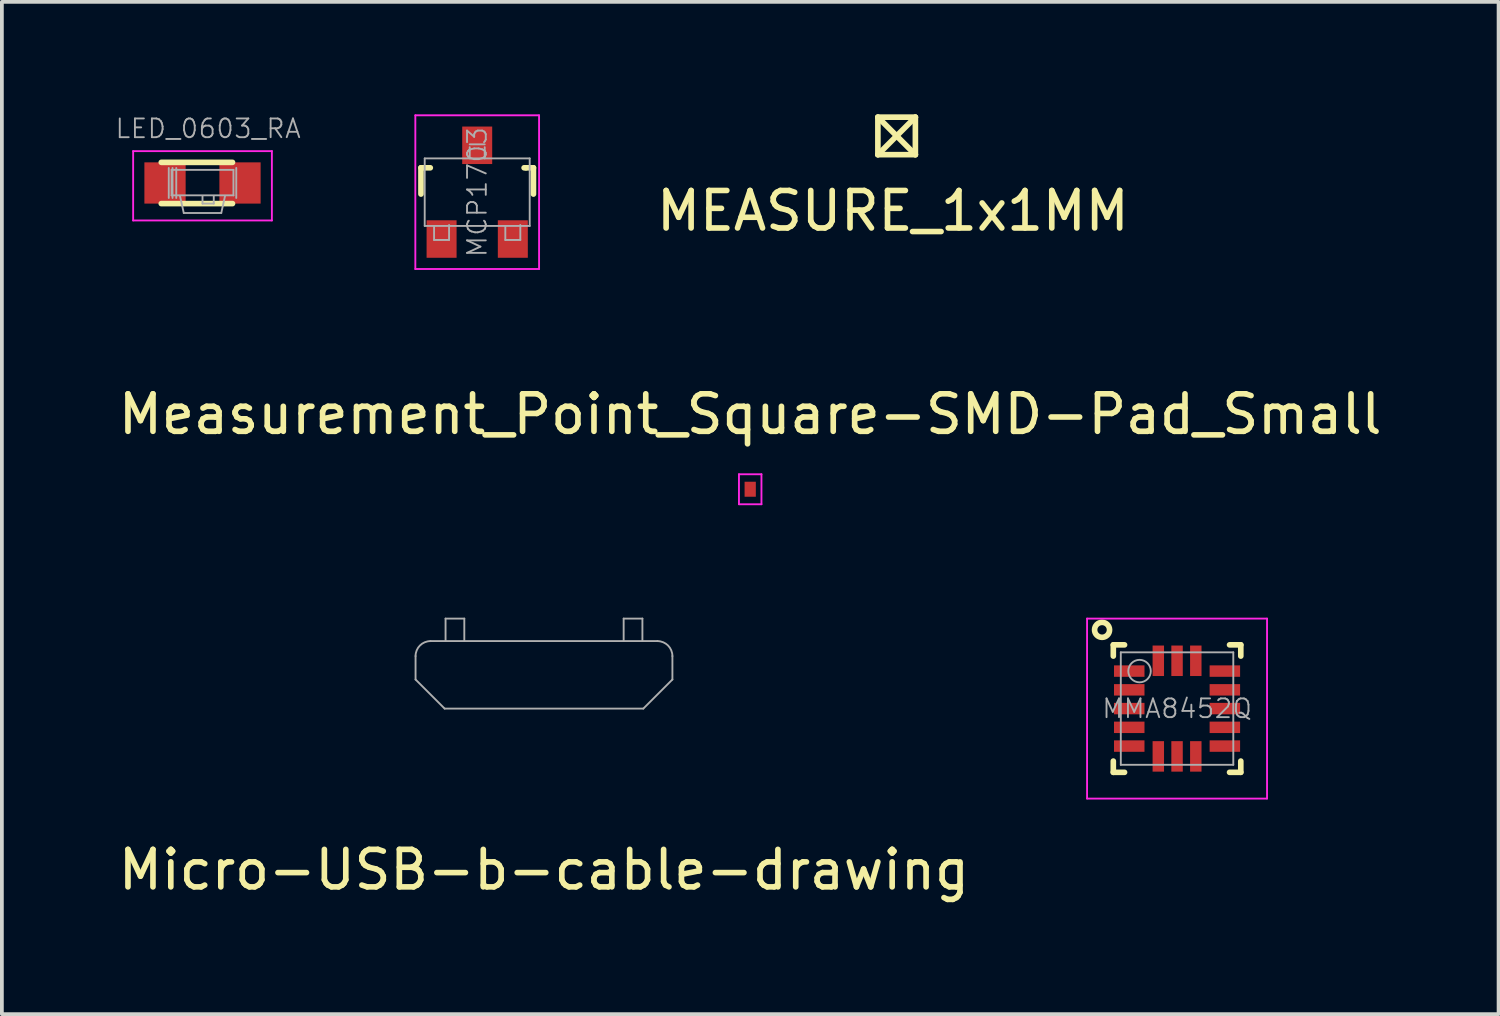
<source format=kicad_pcb>
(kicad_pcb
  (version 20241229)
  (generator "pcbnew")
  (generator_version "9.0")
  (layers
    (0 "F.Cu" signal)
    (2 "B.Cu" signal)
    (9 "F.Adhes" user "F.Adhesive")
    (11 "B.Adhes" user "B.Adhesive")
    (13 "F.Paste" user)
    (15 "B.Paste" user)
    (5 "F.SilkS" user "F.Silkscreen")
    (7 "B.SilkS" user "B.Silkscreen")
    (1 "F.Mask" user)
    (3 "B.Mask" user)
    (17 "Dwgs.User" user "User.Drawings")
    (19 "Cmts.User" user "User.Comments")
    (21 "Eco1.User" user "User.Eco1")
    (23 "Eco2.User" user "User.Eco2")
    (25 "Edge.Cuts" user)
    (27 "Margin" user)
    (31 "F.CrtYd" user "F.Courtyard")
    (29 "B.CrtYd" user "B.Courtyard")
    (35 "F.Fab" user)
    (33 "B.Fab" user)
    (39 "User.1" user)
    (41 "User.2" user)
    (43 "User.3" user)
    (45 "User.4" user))
  (footprint "Micro-USB-b-cable-drawing"
    (layer "F.Cu")
    (at 11.458 14.948)
    (property "Reference" "Micro-USB-b-cable-drawing" (at 0 5.2 0) (layer "F.SilkS") (effects (font (size 1 1) (thickness 0.15))))
    (attr through_hole)
    (fp_line (start -3.425 -0.5) (end -3.425 0.125) (stroke (width 0.05) (type solid)) (layer "F.Fab"))
    (fp_line (start -3.425 0.125) (end -2.65 0.9) (stroke (width 0.05) (type solid)) (layer "F.Fab"))
    (fp_line (start -3.025 -0.9) (end 3.025 -0.9) (stroke (width 0.05) (type solid)) (layer "F.Fab"))
    (fp_line (start -2.65 0.9) (end 2.65 0.9) (stroke (width 0.05) (type solid)) (layer "F.Fab"))
    (fp_line (start -2.625 -1.5) (end -2.625 -0.9) (stroke (width 0.05) (type solid)) (layer "F.Fab"))
    (fp_line (start -2.625 -1.5) (end -2.125 -1.5) (stroke (width 0.05) (type solid)) (layer "F.Fab"))
    (fp_line (start -2.125 -1.5) (end -2.125 -0.9) (stroke (width 0.05) (type solid)) (layer "F.Fab"))
    (fp_line (start 2.125 -1.5) (end 2.125 -0.9) (stroke (width 0.05) (type solid)) (layer "F.Fab"))
    (fp_line (start 2.125 -1.5) (end 2.625 -1.5) (stroke (width 0.05) (type solid)) (layer "F.Fab"))
    (fp_line (start 2.625 -1.5) (end 2.625 -0.9) (stroke (width 0.05) (type solid)) (layer "F.Fab"))
    (fp_line (start 2.65 0.9) (end 3.425 0.125) (stroke (width 0.05) (type solid)) (layer "F.Fab"))
    (fp_line (start 3.425 -0.5) (end 3.425 0.125) (stroke (width 0.05) (type solid)) (layer "F.Fab"))
    (fp_arc (start -3.425 -0.5) (mid -3.307843 -0.782843) (end -3.025 -0.9) (stroke (width 0.05) (type solid)) (layer "F.Fab"))
    (fp_arc (start 3.025 -0.9) (mid 3.307843 -0.782843) (end 3.425 -0.5) (stroke (width 0.05) (type solid)) (layer "F.Fab")))
  (footprint "MCP1703"
    (layer "F.Cu")
    (at 9.677 2.075)
    (property "Reference" "MCP1703" (at 0 0 90) (layer "F.Fab") (effects (font (size 0.5 0.5) (thickness 0.05))))
    (attr smd)
    (fp_line (start -1.5 -0.65) (end -1.251 -0.65) (stroke (width 0.15) (type solid)) (layer "F.SilkS"))
    (fp_line (start -1.5 0.051) (end -1.5 -0.65) (stroke (width 0.15) (type solid)) (layer "F.SilkS"))
    (fp_line (start 1.299 -0.65) (end 1.251 -0.65) (stroke (width 0.15) (type solid)) (layer "F.SilkS"))
    (fp_line (start 1.299 -0.65) (end 1.5 -0.65) (stroke (width 0.15) (type solid)) (layer "F.SilkS"))
    (fp_line (start 1.5 -0.65) (end 1.5 0.051) (stroke (width 0.15) (type solid)) (layer "F.SilkS"))
    (fp_line (start -1.65 -2.05) (end 1.65 -2.05) (stroke (width 0.05) (type solid)) (layer "F.CrtYd"))
    (fp_line (start -1.65 2.05) (end -1.65 -2.05) (stroke (width 0.05) (type solid)) (layer "F.CrtYd"))
    (fp_line (start 1.65 -2.05) (end 1.65 2.05) (stroke (width 0.05) (type solid)) (layer "F.CrtYd"))
    (fp_line (start 1.65 2.05) (end -1.65 2.05) (stroke (width 0.05) (type solid)) (layer "F.CrtYd"))
    (fp_line (start -1.4 -0.9) (end 1.4 -0.9) (stroke (width 0.05) (type solid)) (layer "F.Fab"))
    (fp_line (start -1.4 0.9) (end -1.4 -0.9) (stroke (width 0.05) (type solid)) (layer "F.Fab"))
    (fp_line (start -1.15 1.275) (end -1.15 0.9) (stroke (width 0.05) (type solid)) (layer "F.Fab"))
    (fp_line (start -1.15 1.275) (end -0.75 1.275) (stroke (width 0.05) (type solid)) (layer "F.Fab"))
    (fp_line (start -0.75 1.275) (end -0.75 0.875) (stroke (width 0.05) (type solid)) (layer "F.Fab"))
    (fp_line (start -0.2 -1.275) (end 0.2 -1.275) (stroke (width 0.05) (type solid)) (layer "F.Fab"))
    (fp_line (start -0.2 -0.9) (end -0.2 -1.2) (stroke (width 0.05) (type solid)) (layer "F.Fab"))
    (fp_line (start 0.2 -1.2) (end 0.2 -0.9) (stroke (width 0.05) (type solid)) (layer "F.Fab"))
    (fp_line (start 0.75 1.275) (end 0.75 0.9) (stroke (width 0.05) (type solid)) (layer "F.Fab"))
    (fp_line (start 0.75 1.275) (end 1.15 1.275) (stroke (width 0.05) (type solid)) (layer "F.Fab"))
    (fp_line (start 1.15 1.275) (end 1.15 0.875) (stroke (width 0.05) (type solid)) (layer "F.Fab"))
    (fp_line (start 1.4 -0.9) (end 1.4 0.9) (stroke (width 0.05) (type solid)) (layer "F.Fab"))
    (fp_line (start 1.4 0.9) (end -1.4 0.9) (stroke (width 0.05) (type solid)) (layer "F.Fab"))
    (pad "1" smd rect (at -0.95 1.25) (size 0.8 1) (layers "F.Cu" "F.Mask" "F.Paste"))
    (pad "2" smd rect (at 0.95 1.25) (size 0.8 1) (layers "F.Cu" "F.Mask" "F.Paste"))
    (pad "3" smd rect (at 0 -1.25) (size 0.8 1) (layers "F.Cu" "F.Mask" "F.Paste")))
  (footprint "LED_0603_RA"
    (layer "F.Cu")
    (at 2.351 1.83)
    (property "Reference" "LED_0603_RA" (at 0.15 -1.45 0) (layer "F.Fab") (effects (font (size 0.5 0.5) (thickness 0.05))))
    (attr smd)
    (fp_line (start -1.1 -0.55) (end 0.8 -0.55) (stroke (width 0.15) (type solid)) (layer "F.SilkS"))
    (fp_line (start -1.1 0.55) (end 0.8 0.55) (stroke (width 0.15) (type solid)) (layer "F.SilkS"))
    (fp_line (start -1.85 -0.85) (end 1.85 -0.85) (stroke (width 0.05) (type solid)) (layer "F.CrtYd"))
    (fp_line (start -1.85 1) (end -1.85 -0.85) (stroke (width 0.05) (type solid)) (layer "F.CrtYd"))
    (fp_line (start 1.85 -0.85) (end 1.85 1) (stroke (width 0.05) (type solid)) (layer "F.CrtYd"))
    (fp_line (start 1.85 1) (end -1.85 1) (stroke (width 0.05) (type solid)) (layer "F.CrtYd"))
    (fp_line (start -0.9 -0.4) (end -0.9 0.4) (stroke (width 0.05) (type solid)) (layer "F.Fab"))
    (fp_line (start -0.825 -0.35) (end 0.825 -0.35) (stroke (width 0.05) (type solid)) (layer "F.Fab"))
    (fp_line (start -0.825 0.33) (end -0.825 -0.35) (stroke (width 0.05) (type solid)) (layer "F.Fab"))
    (fp_line (start -0.825 0.33) (end 0.825 0.33) (stroke (width 0.05) (type solid)) (layer "F.Fab"))
    (fp_line (start -0.8 0.4) (end -0.8 -0.4) (stroke (width 0.05) (type solid)) (layer "F.Fab"))
    (fp_line (start -0.7 0.4) (end -0.7 -0.4) (stroke (width 0.05) (type solid)) (layer "F.Fab"))
    (fp_line (start -0.5 0.8) (end -0.6 0.35) (stroke (width 0.05) (type solid)) (layer "F.Fab"))
    (fp_line (start -0.5 0.8) (end 0.5 0.8) (stroke (width 0.05) (type solid)) (layer "F.Fab"))
    (fp_line (start 0 0.35) (end 0 0.55) (stroke (width 0.05) (type solid)) (layer "F.Fab"))
    (fp_line (start 0 0.55) (end 0.3 0.55) (stroke (width 0.05) (type solid)) (layer "F.Fab"))
    (fp_line (start 0.3 0.35) (end 0.3 0.55) (stroke (width 0.05) (type solid)) (layer "F.Fab"))
    (fp_line (start 0.5 0.8) (end 0.6 0.35) (stroke (width 0.05) (type solid)) (layer "F.Fab"))
    (fp_line (start 0.825 0.33) (end 0.825 -0.35) (stroke (width 0.05) (type solid)) (layer "F.Fab"))
    (fp_line (start 0.9 -0.4) (end 0.9 0.4) (stroke (width 0.05) (type solid)) (layer "F.Fab"))
    (pad "1" smd rect (at -1 0 180) (size 1.1 1.1) (layers "F.Cu" "F.Mask" "F.Paste"))
    (pad "2" smd rect (at 1 0 180) (size 1.1 1.1) (layers "F.Cu" "F.Mask" "F.Paste")))
  (footprint "MMA8452Q"
    (layer "F.Cu")
    (at 28.342 15.848)
    (property "Reference" "MMA8452Q" (at 0 0 0) (layer "F.Fab") (effects (font (size 0.5 0.5) (thickness 0.05))))
    (attr through_hole)
    (fp_line (start -1.7 -1.7) (end -1.7 -1.4) (stroke (width 0.15) (type solid)) (layer "F.SilkS"))
    (fp_line (start -1.7 -1.7) (end -1.4 -1.7) (stroke (width 0.15) (type solid)) (layer "F.SilkS"))
    (fp_line (start -1.7 1.7) (end -1.7 1.4) (stroke (width 0.15) (type solid)) (layer "F.SilkS"))
    (fp_line (start -1.4 1.7) (end -1.7 1.7) (stroke (width 0.15) (type solid)) (layer "F.SilkS"))
    (fp_line (start 1.4 -1.7) (end 1.7 -1.7) (stroke (width 0.15) (type solid)) (layer "F.SilkS"))
    (fp_line (start 1.7 -1.7) (end 1.7 -1.4) (stroke (width 0.15) (type solid)) (layer "F.SilkS"))
    (fp_line (start 1.7 1.4) (end 1.7 1.7) (stroke (width 0.15) (type solid)) (layer "F.SilkS"))
    (fp_line (start 1.7 1.7) (end 1.4 1.7) (stroke (width 0.15) (type solid)) (layer "F.SilkS"))
    (fp_circle (center -2 -2.1) (end -2 -1.9) (stroke (width 0.15) (type solid)) (fill no) (layer "F.SilkS"))
    (fp_line (start -2.4 -2.4) (end 2.4 -2.4) (stroke (width 0.05) (type solid)) (layer "F.CrtYd"))
    (fp_line (start -2.4 2.4) (end -2.4 -2.4) (stroke (width 0.05) (type solid)) (layer "F.CrtYd"))
    (fp_line (start 2.4 -2.4) (end 2.4 2.4) (stroke (width 0.05) (type solid)) (layer "F.CrtYd"))
    (fp_line (start 2.4 2.4) (end -2.4 2.4) (stroke (width 0.05) (type solid)) (layer "F.CrtYd"))
    (fp_line (start -1.5 -1.5) (end -1.5 1.5) (stroke (width 0.05) (type solid)) (layer "F.Fab"))
    (fp_line (start -1.5 -1.5) (end 1.5 -1.5) (stroke (width 0.05) (type solid)) (layer "F.Fab"))
    (fp_line (start -1.5 1.5) (end 1.5 1.5) (stroke (width 0.05) (type solid)) (layer "F.Fab"))
    (fp_line (start 1.5 -1.5) (end 1.5 1.5) (stroke (width 0.05) (type solid)) (layer "F.Fab"))
    (fp_circle (center -1 -1) (end -1 -0.7) (stroke (width 0.05) (type solid)) (fill no) (layer "F.Fab"))
    (pad "1" smd rect (at -1.275 -1 90) (size 0.305 0.813) (layers "F.Cu" "F.Mask" "F.Paste"))
    (pad "2" smd rect (at -1.275 -0.5 90) (size 0.305 0.813) (layers "F.Cu" "F.Mask" "F.Paste"))
    (pad "3" smd rect (at -1.275 0 90) (size 0.305 0.813) (layers "F.Cu" "F.Mask" "F.Paste"))
    (pad "4" smd rect (at -1.275 0.5 90) (size 0.305 0.813) (layers "F.Cu" "F.Mask" "F.Paste"))
    (pad "5" smd rect (at -1.275 1 90) (size 0.305 0.813) (layers "F.Cu" "F.Mask" "F.Paste"))
    (pad "6" smd rect (at -0.5 1.275) (size 0.305 0.813) (layers "F.Cu" "F.Mask" "F.Paste"))
    (pad "7" smd rect (at 0 1.275) (size 0.305 0.813) (layers "F.Cu" "F.Mask" "F.Paste"))
    (pad "8" smd rect (at 0.5 1.275) (size 0.305 0.813) (layers "F.Cu" "F.Mask" "F.Paste"))
    (pad "9" smd rect (at 1.275 1 90) (size 0.305 0.813) (layers "F.Cu" "F.Mask" "F.Paste"))
    (pad "10" smd rect (at 1.275 0.5 90) (size 0.305 0.813) (layers "F.Cu" "F.Mask" "F.Paste"))
    (pad "11" smd rect (at 1.275 0 90) (size 0.305 0.813) (layers "F.Cu" "F.Mask" "F.Paste"))
    (pad "12" smd rect (at 1.275 -0.5 90) (size 0.305 0.813) (layers "F.Cu" "F.Mask" "F.Paste"))
    (pad "13" smd rect (at 1.275 -1 90) (size 0.305 0.813) (layers "F.Cu" "F.Mask" "F.Paste"))
    (pad "14" smd rect (at 0.5 -1.275) (size 0.305 0.813) (layers "F.Cu" "F.Mask" "F.Paste"))
    (pad "15" smd rect (at 0 -1.275) (size 0.305 0.813) (layers "F.Cu" "F.Mask" "F.Paste"))
    (pad "16" smd rect (at -0.5 -1.275) (size 0.305 0.813) (layers "F.Cu" "F.Mask" "F.Paste")))
  (footprint "Measurement_Point_Square-SMD-Pad_Small"
    (layer "F.Cu")
    (at 16.958 9.998)
    (property "Reference" "Measurement_Point_Square-SMD-Pad_Small" (at 0 -2 0) (layer "F.SilkS") (effects (font (size 1 1) (thickness 0.15))))
    (attr exclude_from_pos_files exclude_from_bom)
    (fp_line (start -0.3 -0.4) (end 0.3 -0.4) (stroke (width 0.05) (type solid)) (layer "F.CrtYd"))
    (fp_line (start -0.3 0.4) (end -0.3 -0.4) (stroke (width 0.05) (type solid)) (layer "F.CrtYd"))
    (fp_line (start 0.3 -0.4) (end 0.3 0.4) (stroke (width 0.05) (type solid)) (layer "F.CrtYd"))
    (fp_line (start 0.3 0.4) (end -0.3 0.4) (stroke (width 0.05) (type solid)) (layer "F.CrtYd"))
    (pad "1" smd rect (at 0 0) (size 0.3 0.4) (layers "F.Cu" "F.Mask")))
  (footprint "MEASURE_1x1MM"
    (layer "F.Cu")
    (at 20.863 0.575)
    (property "Reference" "MEASURE_1x1MM" (at -0.1 2 0) (layer "F.SilkS") (effects (font (size 1 1) (thickness 0.15))))
    (attr through_hole)
    (fp_line (start -0.5 -0.5) (end 0.5 -0.5) (stroke (width 0.15) (type solid)) (layer "F.SilkS"))
    (fp_line (start -0.5 -0.5) (end 0.5 0.5) (stroke (width 0.15) (type solid)) (layer "F.SilkS"))
    (fp_line (start -0.5 0.5) (end -0.5 -0.5) (stroke (width 0.15) (type solid)) (layer "F.SilkS"))
    (fp_line (start 0.5 -0.5) (end -0.5 0.5) (stroke (width 0.15) (type solid)) (layer "F.SilkS"))
    (fp_line (start 0.5 -0.5) (end 0.5 0.5) (stroke (width 0.15) (type solid)) (layer "F.SilkS"))
    (fp_line (start 0.5 0.5) (end -0.5 0.5) (stroke (width 0.15) (type solid)) (layer "F.SilkS")))
  (gr_rect
    (start -3 -3)
    (end 36.917 23.997)
    (stroke (width 0.1) (type default))
    (fill no)
    (layer "Edge.Cuts")))
</source>
